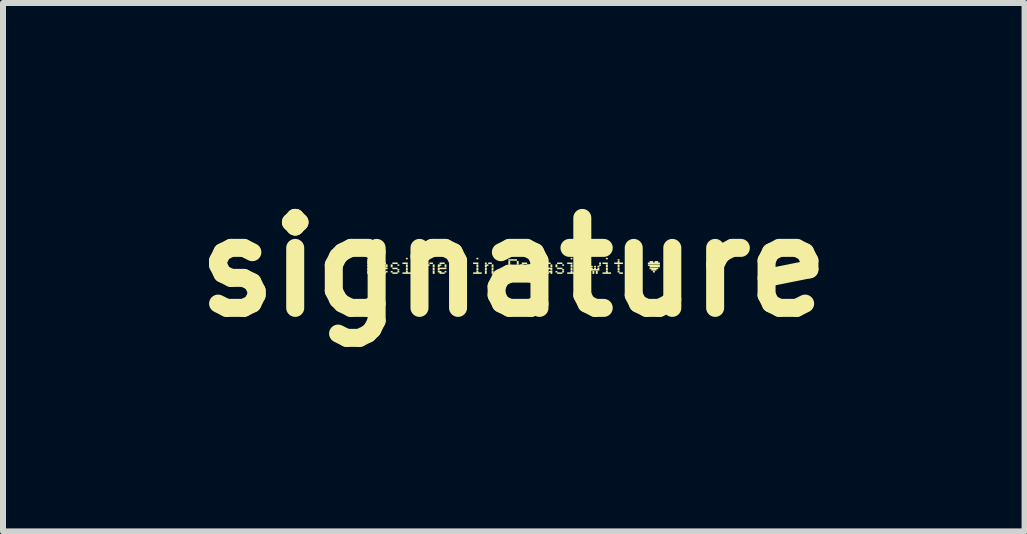
<source format=kicad_pcb>
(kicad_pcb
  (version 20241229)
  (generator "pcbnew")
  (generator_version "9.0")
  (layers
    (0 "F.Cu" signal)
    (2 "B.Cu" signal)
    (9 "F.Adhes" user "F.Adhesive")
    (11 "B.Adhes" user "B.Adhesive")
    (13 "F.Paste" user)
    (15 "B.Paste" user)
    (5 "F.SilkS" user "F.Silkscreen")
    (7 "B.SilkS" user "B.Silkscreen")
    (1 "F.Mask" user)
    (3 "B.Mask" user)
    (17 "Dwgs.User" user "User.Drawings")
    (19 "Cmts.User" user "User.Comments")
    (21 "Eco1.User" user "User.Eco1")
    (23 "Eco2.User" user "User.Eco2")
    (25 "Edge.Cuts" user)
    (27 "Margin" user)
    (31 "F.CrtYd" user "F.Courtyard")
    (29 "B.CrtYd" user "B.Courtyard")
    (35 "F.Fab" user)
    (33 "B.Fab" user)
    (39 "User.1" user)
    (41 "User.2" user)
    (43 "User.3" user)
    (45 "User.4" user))
  (footprint "signature"
    (layer "F.Cu")
    (at 5.514 1.404)
    (property "Reference" "signature" (at 0 0 0) (layer "F.SilkS") (effects (font (size 1.5 1.5) (thickness 0.3))))
    (attr board_only exclude_from_pos_files exclude_from_bom)
    (fp_poly (pts (xy -2.412 -0.077) (xy -2.412 -0.053) (xy -2.428 -0.053) (xy -2.443 -0.053) (xy -2.443 -0.077) (xy -2.443 -0.102) (xy -2.428 -0.102) (xy -2.412 -0.102)) (stroke (width 0) (type solid)) (fill yes) (layer "F.SilkS"))
    (fp_poly (pts (xy -2.412 -0.022) (xy -2.412 0.002) (xy -2.428 0.002) (xy -2.443 0.002) (xy -2.443 -0.022) (xy -2.443 -0.047) (xy -2.428 -0.047) (xy -2.412 -0.047)) (stroke (width 0) (type solid)) (fill yes) (layer "F.SilkS"))
    (fp_poly (pts (xy -2.412 0.032) (xy -2.412 0.057) (xy -2.428 0.057) (xy -2.443 0.057) (xy -2.443 0.032) (xy -2.443 0.008) (xy -2.428 0.008) (xy -2.412 0.008)) (stroke (width 0) (type solid)) (fill yes) (layer "F.SilkS"))
    (fp_poly (pts (xy -2.328 -0.12) (xy -2.328 -0.108) (xy -2.386 -0.108) (xy -2.443 -0.108) (xy -2.443 -0.12) (xy -2.443 -0.133) (xy -2.386 -0.133) (xy -2.328 -0.133)) (stroke (width 0) (type solid)) (fill yes) (layer "F.SilkS"))
    (fp_poly (pts (xy -2.271 -0.022) (xy -2.271 0.002) (xy -2.287 0.002) (xy -2.303 0.002) (xy -2.303 -0.022) (xy -2.303 -0.047) (xy -2.287 -0.047) (xy -2.271 -0.047)) (stroke (width 0) (type solid)) (fill yes) (layer "F.SilkS"))
    (fp_poly (pts (xy -2.271 0.032) (xy -2.271 0.057) (xy -2.287 0.057) (xy -2.303 0.057) (xy -2.303 0.032) (xy -2.303 0.008) (xy -2.287 0.008) (xy -2.271 0.008)) (stroke (width 0) (type solid)) (fill yes) (layer "F.SilkS"))
    (fp_poly (pts (xy -2.131 -0.065) (xy -2.131 -0.053) (xy -2.175 -0.053) (xy -2.219 -0.053) (xy -2.219 -0.065) (xy -2.219 -0.078) (xy -2.175 -0.078) (xy -2.131 -0.078)) (stroke (width 0) (type solid)) (fill yes) (layer "F.SilkS"))
    (fp_poly (pts (xy -2.103 -0.022) (xy -2.103 0.002) (xy -2.119 0.002) (xy -2.135 0.002) (xy -2.135 -0.022) (xy -2.135 -0.047) (xy -2.119 -0.047) (xy -2.103 -0.047)) (stroke (width 0) (type solid)) (fill yes) (layer "F.SilkS"))
    (fp_poly (pts (xy -2.019 -0.022) (xy -2.019 0.002) (xy -2.035 0.002) (xy -2.051 0.002) (xy -2.051 -0.022) (xy -2.051 -0.047) (xy -2.035 -0.047) (xy -2.019 -0.047)) (stroke (width 0) (type solid)) (fill yes) (layer "F.SilkS"))
    (fp_poly (pts (xy -1.935 -0.065) (xy -1.935 -0.053) (xy -1.979 -0.053) (xy -2.023 -0.053) (xy -2.023 -0.065) (xy -2.023 -0.078) (xy -1.979 -0.078) (xy -1.935 -0.078)) (stroke (width 0) (type solid)) (fill yes) (layer "F.SilkS"))
    (fp_poly (pts (xy -1.908 -0.034) (xy -1.908 -0.022) (xy -1.923 -0.022) (xy -1.939 -0.022) (xy -1.939 -0.034) (xy -1.939 -0.047) (xy -1.923 -0.047) (xy -1.908 -0.047)) (stroke (width 0) (type solid)) (fill yes) (layer "F.SilkS"))
    (fp_poly (pts (xy -1.767 -0.144) (xy -1.767 -0.131) (xy -1.783 -0.131) (xy -1.798 -0.131) (xy -1.798 -0.144) (xy -1.798 -0.156) (xy -1.783 -0.156) (xy -1.767 -0.156)) (stroke (width 0) (type solid)) (fill yes) (layer "F.SilkS"))
    (fp_poly (pts (xy -1.767 -0.065) (xy -1.767 -0.053) (xy -1.811 -0.053) (xy -1.855 -0.053) (xy -1.855 -0.065) (xy -1.855 -0.078) (xy -1.811 -0.078) (xy -1.767 -0.078)) (stroke (width 0) (type solid)) (fill yes) (layer "F.SilkS"))
    (fp_poly (pts (xy -1.767 -0.022) (xy -1.767 0.002) (xy -1.783 0.002) (xy -1.798 0.002) (xy -1.798 -0.022) (xy -1.798 -0.047) (xy -1.783 -0.047) (xy -1.767 -0.047)) (stroke (width 0) (type solid)) (fill yes) (layer "F.SilkS"))
    (fp_poly (pts (xy -1.767 0.032) (xy -1.767 0.057) (xy -1.783 0.057) (xy -1.798 0.057) (xy -1.798 0.032) (xy -1.798 0.008) (xy -1.783 0.008) (xy -1.767 0.008)) (stroke (width 0) (type solid)) (fill yes) (layer "F.SilkS"))
    (fp_poly (pts (xy -1.626 0.032) (xy -1.626 0.057) (xy -1.642 0.057) (xy -1.658 0.057) (xy -1.658 0.032) (xy -1.658 0.008) (xy -1.642 0.008) (xy -1.626 0.008)) (stroke (width 0) (type solid)) (fill yes) (layer "F.SilkS"))
    (fp_poly (pts (xy -1.599 0.153) (xy -1.599 0.166) (xy -1.615 0.166) (xy -1.63 0.166) (xy -1.63 0.153) (xy -1.63 0.141) (xy -1.615 0.141) (xy -1.599 0.141)) (stroke (width 0) (type solid)) (fill yes) (layer "F.SilkS"))
    (fp_poly (pts (xy -1.542 0.187) (xy -1.542 0.199) (xy -1.573 0.199) (xy -1.603 0.199) (xy -1.603 0.187) (xy -1.603 0.174) (xy -1.573 0.174) (xy -1.542 0.174)) (stroke (width 0) (type solid)) (fill yes) (layer "F.SilkS"))
    (fp_poly (pts (xy -1.515 -0.065) (xy -1.515 -0.053) (xy -1.573 -0.053) (xy -1.63 -0.053) (xy -1.63 -0.065) (xy -1.63 -0.078) (xy -1.573 -0.078) (xy -1.515 -0.078)) (stroke (width 0) (type solid)) (fill yes) (layer "F.SilkS"))
    (fp_poly (pts (xy -1.515 0.032) (xy -1.515 0.057) (xy -1.531 0.057) (xy -1.546 0.057) (xy -1.546 0.032) (xy -1.546 0.008) (xy -1.531 0.008) (xy -1.515 0.008)) (stroke (width 0) (type solid)) (fill yes) (layer "F.SilkS"))
    (fp_poly (pts (xy -1.515 0.142) (xy -1.515 0.166) (xy -1.531 0.166) (xy -1.546 0.166) (xy -1.546 0.142) (xy -1.546 0.117) (xy -1.531 0.117) (xy -1.515 0.117)) (stroke (width 0) (type solid)) (fill yes) (layer "F.SilkS"))
    (fp_poly (pts (xy -1.431 -0.065) (xy -1.431 -0.053) (xy -1.447 -0.053) (xy -1.462 -0.053) (xy -1.462 -0.065) (xy -1.462 -0.078) (xy -1.447 -0.078) (xy -1.431 -0.078)) (stroke (width 0) (type solid)) (fill yes) (layer "F.SilkS"))
    (fp_poly (pts (xy -1.431 0.032) (xy -1.431 0.057) (xy -1.447 0.057) (xy -1.462 0.057) (xy -1.462 0.032) (xy -1.462 0.008) (xy -1.447 0.008) (xy -1.431 0.008)) (stroke (width 0) (type solid)) (fill yes) (layer "F.SilkS"))
    (fp_poly (pts (xy -1.431 0.087) (xy -1.431 0.111) (xy -1.447 0.111) (xy -1.462 0.111) (xy -1.462 0.087) (xy -1.462 0.063) (xy -1.447 0.063) (xy -1.431 0.063)) (stroke (width 0) (type solid)) (fill yes) (layer "F.SilkS"))
    (fp_poly (pts (xy -1.347 -0.065) (xy -1.347 -0.053) (xy -1.376 -0.053) (xy -1.405 -0.053) (xy -1.405 -0.065) (xy -1.405 -0.078) (xy -1.376 -0.078) (xy -1.347 -0.078)) (stroke (width 0) (type solid)) (fill yes) (layer "F.SilkS"))
    (fp_poly (pts (xy -1.319 -0.022) (xy -1.319 0.002) (xy -1.335 0.002) (xy -1.351 0.002) (xy -1.351 -0.022) (xy -1.351 -0.047) (xy -1.335 -0.047) (xy -1.319 -0.047)) (stroke (width 0) (type solid)) (fill yes) (layer "F.SilkS"))
    (fp_poly (pts (xy -1.319 0.032) (xy -1.319 0.057) (xy -1.335 0.057) (xy -1.351 0.057) (xy -1.351 0.032) (xy -1.351 0.008) (xy -1.335 0.008) (xy -1.319 0.008)) (stroke (width 0) (type solid)) (fill yes) (layer "F.SilkS"))
    (fp_poly (pts (xy -1.319 0.087) (xy -1.319 0.111) (xy -1.335 0.111) (xy -1.351 0.111) (xy -1.351 0.087) (xy -1.351 0.063) (xy -1.335 0.063) (xy -1.319 0.063)) (stroke (width 0) (type solid)) (fill yes) (layer "F.SilkS"))
    (fp_poly (pts (xy -1.151 -0.065) (xy -1.151 -0.053) (xy -1.194 -0.053) (xy -1.237 -0.053) (xy -1.237 -0.065) (xy -1.237 -0.078) (xy -1.194 -0.078) (xy -1.151 -0.078)) (stroke (width 0) (type solid)) (fill yes) (layer "F.SilkS"))
    (fp_poly (pts (xy -1.122 -0.022) (xy -1.122 0.002) (xy -1.138 0.002) (xy -1.153 0.002) (xy -1.153 -0.022) (xy -1.153 -0.047) (xy -1.138 -0.047) (xy -1.122 -0.047)) (stroke (width 0) (type solid)) (fill yes) (layer "F.SilkS"))
    (fp_poly (pts (xy -1.038 0.032) (xy -1.038 0.057) (xy -1.054 0.057) (xy -1.069 0.057) (xy -1.069 0.032) (xy -1.069 0.008) (xy -1.054 0.008) (xy -1.038 0.008)) (stroke (width 0) (type solid)) (fill yes) (layer "F.SilkS"))
    (fp_poly (pts (xy -0.927 -0.132) (xy -0.927 -0.108) (xy -0.942 -0.108) (xy -0.958 -0.108) (xy -0.958 -0.132) (xy -0.958 -0.156) (xy -0.942 -0.156) (xy -0.927 -0.156)) (stroke (width 0) (type solid)) (fill yes) (layer "F.SilkS"))
    (fp_poly (pts (xy -0.927 0.032) (xy -0.927 0.057) (xy -0.942 0.057) (xy -0.958 0.057) (xy -0.958 0.032) (xy -0.958 0.008) (xy -0.942 0.008) (xy -0.927 0.008)) (stroke (width 0) (type solid)) (fill yes) (layer "F.SilkS"))
    (fp_poly (pts (xy -0.59 -0.144) (xy -0.59 -0.131) (xy -0.606 -0.131) (xy -0.622 -0.131) (xy -0.622 -0.144) (xy -0.622 -0.156) (xy -0.606 -0.156) (xy -0.59 -0.156)) (stroke (width 0) (type solid)) (fill yes) (layer "F.SilkS"))
    (fp_poly (pts (xy -0.59 -0.065) (xy -0.59 -0.053) (xy -0.634 -0.053) (xy -0.678 -0.053) (xy -0.678 -0.065) (xy -0.678 -0.078) (xy -0.634 -0.078) (xy -0.59 -0.078)) (stroke (width 0) (type solid)) (fill yes) (layer "F.SilkS"))
    (fp_poly (pts (xy -0.59 -0.022) (xy -0.59 0.002) (xy -0.606 0.002) (xy -0.622 0.002) (xy -0.622 -0.022) (xy -0.622 -0.047) (xy -0.606 -0.047) (xy -0.59 -0.047)) (stroke (width 0) (type solid)) (fill yes) (layer "F.SilkS"))
    (fp_poly (pts (xy -0.59 0.032) (xy -0.59 0.057) (xy -0.606 0.057) (xy -0.622 0.057) (xy -0.622 0.032) (xy -0.622 0.008) (xy -0.606 0.008) (xy -0.59 0.008)) (stroke (width 0) (type solid)) (fill yes) (layer "F.SilkS"))
    (fp_poly (pts (xy -0.45 -0.065) (xy -0.45 -0.053) (xy -0.465 -0.053) (xy -0.481 -0.053) (xy -0.481 -0.065) (xy -0.481 -0.078) (xy -0.465 -0.078) (xy -0.45 -0.078)) (stroke (width 0) (type solid)) (fill yes) (layer "F.SilkS"))
    (fp_poly (pts (xy -0.45 0.032) (xy -0.45 0.057) (xy -0.465 0.057) (xy -0.481 0.057) (xy -0.481 0.032) (xy -0.481 0.008) (xy -0.465 0.008) (xy -0.45 0.008)) (stroke (width 0) (type solid)) (fill yes) (layer "F.SilkS"))
    (fp_poly (pts (xy -0.45 0.087) (xy -0.45 0.111) (xy -0.465 0.111) (xy -0.481 0.111) (xy -0.481 0.087) (xy -0.481 0.063) (xy -0.465 0.063) (xy -0.45 0.063)) (stroke (width 0) (type solid)) (fill yes) (layer "F.SilkS"))
    (fp_poly (pts (xy -0.366 -0.065) (xy -0.366 -0.053) (xy -0.396 -0.053) (xy -0.426 -0.053) (xy -0.426 -0.065) (xy -0.426 -0.078) (xy -0.396 -0.078) (xy -0.366 -0.078)) (stroke (width 0) (type solid)) (fill yes) (layer "F.SilkS"))
    (fp_poly (pts (xy -0.338 -0.022) (xy -0.338 0.002) (xy -0.354 0.002) (xy -0.369 0.002) (xy -0.369 -0.022) (xy -0.369 -0.047) (xy -0.354 -0.047) (xy -0.338 -0.047)) (stroke (width 0) (type solid)) (fill yes) (layer "F.SilkS"))
    (fp_poly (pts (xy -0.338 0.032) (xy -0.338 0.057) (xy -0.354 0.057) (xy -0.369 0.057) (xy -0.369 0.032) (xy -0.369 0.008) (xy -0.354 0.008) (xy -0.338 0.008)) (stroke (width 0) (type solid)) (fill yes) (layer "F.SilkS"))
    (fp_poly (pts (xy -0.338 0.087) (xy -0.338 0.111) (xy -0.354 0.111) (xy -0.369 0.111) (xy -0.369 0.087) (xy -0.369 0.063) (xy -0.354 0.063) (xy -0.338 0.063)) (stroke (width 0) (type solid)) (fill yes) (layer "F.SilkS"))
    (fp_poly (pts (xy -0.059 -0.077) (xy -0.059 -0.053) (xy -0.074 -0.053) (xy -0.09 -0.053) (xy -0.09 -0.077) (xy -0.09 -0.102) (xy -0.074 -0.102) (xy -0.059 -0.102)) (stroke (width 0) (type solid)) (fill yes) (layer "F.SilkS"))
    (fp_poly (pts (xy -0.059 0.032) (xy -0.059 0.057) (xy -0.074 0.057) (xy -0.09 0.057) (xy -0.09 0.032) (xy -0.09 0.008) (xy -0.074 0.008) (xy -0.059 0.008)) (stroke (width 0) (type solid)) (fill yes) (layer "F.SilkS"))
    (fp_poly (pts (xy 0.055 -0.12) (xy 0.055 -0.108) (xy -0.018 -0.108) (xy -0.09 -0.108) (xy -0.09 -0.12) (xy -0.09 -0.133) (xy -0.018 -0.133) (xy 0.055 -0.133)) (stroke (width 0) (type solid)) (fill yes) (layer "F.SilkS"))
    (fp_poly (pts (xy 0.082 -0.077) (xy 0.082 -0.053) (xy 0.066 -0.053) (xy 0.051 -0.053) (xy 0.051 -0.077) (xy 0.051 -0.102) (xy 0.066 -0.102) (xy 0.082 -0.102)) (stroke (width 0) (type solid)) (fill yes) (layer "F.SilkS"))
    (fp_poly (pts (xy 0.082 0.032) (xy 0.082 0.057) (xy 0.066 0.057) (xy 0.051 0.057) (xy 0.051 0.032) (xy 0.051 0.008) (xy 0.066 0.008) (xy 0.082 0.008)) (stroke (width 0) (type solid)) (fill yes) (layer "F.SilkS"))
    (fp_poly (pts (xy 0.223 -0.065) (xy 0.223 -0.053) (xy 0.179 -0.053) (xy 0.135 -0.053) (xy 0.135 -0.065) (xy 0.135 -0.078) (xy 0.179 -0.078) (xy 0.223 -0.078)) (stroke (width 0) (type solid)) (fill yes) (layer "F.SilkS"))
    (fp_poly (pts (xy 0.25 -0.022) (xy 0.25 0.002) (xy 0.235 0.002) (xy 0.219 0.002) (xy 0.219 -0.022) (xy 0.219 -0.047) (xy 0.235 -0.047) (xy 0.25 -0.047)) (stroke (width 0) (type solid)) (fill yes) (layer "F.SilkS"))
    (fp_poly (pts (xy 0.334 -0.132) (xy 0.334 -0.108) (xy 0.319 -0.108) (xy 0.303 -0.108) (xy 0.303 -0.132) (xy 0.303 -0.156) (xy 0.319 -0.156) (xy 0.334 -0.156)) (stroke (width 0) (type solid)) (fill yes) (layer "F.SilkS"))
    (fp_poly (pts (xy 0.334 -0.077) (xy 0.334 -0.053) (xy 0.319 -0.053) (xy 0.303 -0.053) (xy 0.303 -0.077) (xy 0.303 -0.102) (xy 0.319 -0.102) (xy 0.334 -0.102)) (stroke (width 0) (type solid)) (fill yes) (layer "F.SilkS"))
    (fp_poly (pts (xy 0.334 -0.022) (xy 0.334 0.002) (xy 0.319 0.002) (xy 0.303 0.002) (xy 0.303 -0.022) (xy 0.303 -0.047) (xy 0.319 -0.047) (xy 0.334 -0.047)) (stroke (width 0) (type solid)) (fill yes) (layer "F.SilkS"))
    (fp_poly (pts (xy 0.334 0.087) (xy 0.334 0.111) (xy 0.319 0.111) (xy 0.303 0.111) (xy 0.303 0.087) (xy 0.303 0.063) (xy 0.319 0.063) (xy 0.334 0.063)) (stroke (width 0) (type solid)) (fill yes) (layer "F.SilkS"))
    (fp_poly (pts (xy 0.446 -0.065) (xy 0.446 -0.053) (xy 0.43 -0.053) (xy 0.414 -0.053) (xy 0.414 -0.065) (xy 0.414 -0.078) (xy 0.43 -0.078) (xy 0.446 -0.078)) (stroke (width 0) (type solid)) (fill yes) (layer "F.SilkS"))
    (fp_poly (pts (xy 0.53 -0.034) (xy 0.53 -0.022) (xy 0.514 -0.022) (xy 0.498 -0.022) (xy 0.498 -0.034) (xy 0.498 -0.047) (xy 0.514 -0.047) (xy 0.53 -0.047)) (stroke (width 0) (type solid)) (fill yes) (layer "F.SilkS"))
    (fp_poly (pts (xy 0.614 -0.065) (xy 0.614 -0.053) (xy 0.571 -0.053) (xy 0.528 -0.053) (xy 0.528 -0.065) (xy 0.528 -0.078) (xy 0.571 -0.078) (xy 0.614 -0.078)) (stroke (width 0) (type solid)) (fill yes) (layer "F.SilkS"))
    (fp_poly (pts (xy 0.643 -0.022) (xy 0.643 0.002) (xy 0.627 0.002) (xy 0.612 0.002) (xy 0.612 -0.022) (xy 0.612 -0.047) (xy 0.627 -0.047) (xy 0.643 -0.047)) (stroke (width 0) (type solid)) (fill yes) (layer "F.SilkS"))
    (fp_poly (pts (xy 0.727 -0.022) (xy 0.727 0.002) (xy 0.712 0.002) (xy 0.696 0.002) (xy 0.696 -0.022) (xy 0.696 -0.047) (xy 0.712 -0.047) (xy 0.727 -0.047)) (stroke (width 0) (type solid)) (fill yes) (layer "F.SilkS"))
    (fp_poly (pts (xy 0.811 -0.065) (xy 0.811 -0.053) (xy 0.767 -0.053) (xy 0.723 -0.053) (xy 0.723 -0.065) (xy 0.723 -0.078) (xy 0.767 -0.078) (xy 0.811 -0.078)) (stroke (width 0) (type solid)) (fill yes) (layer "F.SilkS"))
    (fp_poly (pts (xy 0.839 -0.034) (xy 0.839 -0.022) (xy 0.823 -0.022) (xy 0.807 -0.022) (xy 0.807 -0.034) (xy 0.807 -0.047) (xy 0.823 -0.047) (xy 0.839 -0.047)) (stroke (width 0) (type solid)) (fill yes) (layer "F.SilkS"))
    (fp_poly (pts (xy 0.979 -0.144) (xy 0.979 -0.131) (xy 0.964 -0.131) (xy 0.948 -0.131) (xy 0.948 -0.144) (xy 0.948 -0.156) (xy 0.964 -0.156) (xy 0.979 -0.156)) (stroke (width 0) (type solid)) (fill yes) (layer "F.SilkS"))
    (fp_poly (pts (xy 0.979 -0.065) (xy 0.979 -0.053) (xy 0.935 -0.053) (xy 0.891 -0.053) (xy 0.891 -0.065) (xy 0.891 -0.078) (xy 0.935 -0.078) (xy 0.979 -0.078)) (stroke (width 0) (type solid)) (fill yes) (layer "F.SilkS"))
    (fp_poly (pts (xy 0.979 -0.022) (xy 0.979 0.002) (xy 0.964 0.002) (xy 0.948 0.002) (xy 0.948 -0.022) (xy 0.948 -0.047) (xy 0.964 -0.047) (xy 0.979 -0.047)) (stroke (width 0) (type solid)) (fill yes) (layer "F.SilkS"))
    (fp_poly (pts (xy 0.979 0.032) (xy 0.979 0.057) (xy 0.964 0.057) (xy 0.948 0.057) (xy 0.948 0.032) (xy 0.948 0.008) (xy 0.964 0.008) (xy 0.979 0.008)) (stroke (width 0) (type solid)) (fill yes) (layer "F.SilkS"))
    (fp_poly (pts (xy 1.286 -0.065) (xy 1.286 -0.053) (xy 1.271 -0.053) (xy 1.255 -0.053) (xy 1.255 -0.065) (xy 1.255 -0.078) (xy 1.271 -0.078) (xy 1.286 -0.078)) (stroke (width 0) (type solid)) (fill yes) (layer "F.SilkS"))
    (fp_poly (pts (xy 1.343 0.087) (xy 1.343 0.111) (xy 1.327 0.111) (xy 1.312 0.111) (xy 1.312 0.087) (xy 1.312 0.063) (xy 1.327 0.063) (xy 1.343 0.063)) (stroke (width 0) (type solid)) (fill yes) (layer "F.SilkS"))
    (fp_poly (pts (xy 1.37 -0.011) (xy 1.37 0.002) (xy 1.355 0.002) (xy 1.339 0.002) (xy 1.339 -0.011) (xy 1.339 -0.023) (xy 1.355 -0.023) (xy 1.37 -0.023)) (stroke (width 0) (type solid)) (fill yes) (layer "F.SilkS"))
    (fp_poly (pts (xy 1.4 0.087) (xy 1.4 0.111) (xy 1.384 0.111) (xy 1.368 0.111) (xy 1.368 0.087) (xy 1.368 0.063) (xy 1.384 0.063) (xy 1.4 0.063)) (stroke (width 0) (type solid)) (fill yes) (layer "F.SilkS"))
    (fp_poly (pts (xy 1.454 -0.065) (xy 1.454 -0.053) (xy 1.439 -0.053) (xy 1.423 -0.053) (xy 1.423 -0.065) (xy 1.423 -0.078) (xy 1.439 -0.078) (xy 1.454 -0.078)) (stroke (width 0) (type solid)) (fill yes) (layer "F.SilkS"))
    (fp_poly (pts (xy 1.568 -0.144) (xy 1.568 -0.131) (xy 1.552 -0.131) (xy 1.536 -0.131) (xy 1.536 -0.144) (xy 1.536 -0.156) (xy 1.552 -0.156) (xy 1.568 -0.156)) (stroke (width 0) (type solid)) (fill yes) (layer "F.SilkS"))
    (fp_poly (pts (xy 1.568 -0.065) (xy 1.568 -0.053) (xy 1.524 -0.053) (xy 1.48 -0.053) (xy 1.48 -0.065) (xy 1.48 -0.078) (xy 1.524 -0.078) (xy 1.568 -0.078)) (stroke (width 0) (type solid)) (fill yes) (layer "F.SilkS"))
    (fp_poly (pts (xy 1.568 -0.022) (xy 1.568 0.002) (xy 1.552 0.002) (xy 1.536 0.002) (xy 1.536 -0.022) (xy 1.536 -0.047) (xy 1.552 -0.047) (xy 1.568 -0.047)) (stroke (width 0) (type solid)) (fill yes) (layer "F.SilkS"))
    (fp_poly (pts (xy 1.568 0.032) (xy 1.568 0.057) (xy 1.552 0.057) (xy 1.536 0.057) (xy 1.536 0.032) (xy 1.536 0.008) (xy 1.552 0.008) (xy 1.568 0.008)) (stroke (width 0) (type solid)) (fill yes) (layer "F.SilkS"))
    (fp_poly (pts (xy 1.763 -0.12) (xy 1.763 -0.108) (xy 1.748 -0.108) (xy 1.732 -0.108) (xy 1.732 -0.12) (xy 1.732 -0.133) (xy 1.748 -0.133) (xy 1.763 -0.133)) (stroke (width 0) (type solid)) (fill yes) (layer "F.SilkS"))
    (fp_poly (pts (xy 1.763 -0.022) (xy 1.763 0.002) (xy 1.748 0.002) (xy 1.732 0.002) (xy 1.732 -0.022) (xy 1.732 -0.047) (xy 1.748 -0.047) (xy 1.763 -0.047)) (stroke (width 0) (type solid)) (fill yes) (layer "F.SilkS"))
    (fp_poly (pts (xy 1.763 0.032) (xy 1.763 0.057) (xy 1.748 0.057) (xy 1.732 0.057) (xy 1.732 0.032) (xy 1.732 0.008) (xy 1.748 0.008) (xy 1.763 0.008)) (stroke (width 0) (type solid)) (fill yes) (layer "F.SilkS"))
    (fp_poly (pts (xy 1.904 -0.132) (xy 1.904 -0.108) (xy 1.888 -0.108) (xy 1.873 -0.108) (xy 1.873 -0.132) (xy 1.873 -0.156) (xy 1.888 -0.156) (xy 1.904 -0.156)) (stroke (width 0) (type solid)) (fill yes) (layer "F.SilkS"))
    (fp_poly (pts (xy 1.904 -0.077) (xy 1.904 -0.053) (xy 1.888 -0.053) (xy 1.873 -0.053) (xy 1.873 -0.077) (xy 1.873 -0.102) (xy 1.888 -0.102) (xy 1.904 -0.102)) (stroke (width 0) (type solid)) (fill yes) (layer "F.SilkS"))
    (fp_poly (pts (xy 1.904 0.032) (xy 1.904 0.057) (xy 1.888 0.057) (xy 1.873 0.057) (xy 1.873 0.032) (xy 1.873 0.008) (xy 1.888 0.008) (xy 1.904 0.008)) (stroke (width 0) (type solid)) (fill yes) (layer "F.SilkS"))
    (fp_poly (pts (xy 1.904 0.087) (xy 1.904 0.111) (xy 1.888 0.111) (xy 1.873 0.111) (xy 1.873 0.087) (xy 1.873 0.063) (xy 1.888 0.063) (xy 1.904 0.063)) (stroke (width 0) (type solid)) (fill yes) (layer "F.SilkS"))
    (fp_poly (pts (xy 1.988 -0.065) (xy 1.988 -0.053) (xy 1.958 -0.053) (xy 1.927 -0.053) (xy 1.927 -0.065) (xy 1.927 -0.078) (xy 1.958 -0.078) (xy 1.988 -0.078)) (stroke (width 0) (type solid)) (fill yes) (layer "F.SilkS"))
    (fp_poly (pts (xy 2.015 -0.022) (xy 2.015 0.002) (xy 2 0.002) (xy 1.984 0.002) (xy 1.984 -0.022) (xy 1.984 -0.047) (xy 2 -0.047) (xy 2.015 -0.047)) (stroke (width 0) (type solid)) (fill yes) (layer "F.SilkS"))
    (fp_poly (pts (xy 2.015 0.032) (xy 2.015 0.057) (xy 2 0.057) (xy 1.984 0.057) (xy 1.984 0.032) (xy 1.984 0.008) (xy 2 0.008) (xy 2.015 0.008)) (stroke (width 0) (type solid)) (fill yes) (layer "F.SilkS"))
    (fp_poly (pts (xy 2.015 0.087) (xy 2.015 0.111) (xy 2 0.111) (xy 1.984 0.111) (xy 1.984 0.087) (xy 1.984 0.063) (xy 2 0.063) (xy 2.015 0.063)) (stroke (width 0) (type solid)) (fill yes) (layer "F.SilkS"))
    (fp_poly (pts (xy 2.352 0.075) (xy 2.352 0.088) (xy 2.336 0.088) (xy 2.32 0.088) (xy 2.32 0.075) (xy 2.32 0.063) (xy 2.336 0.063) (xy 2.352 0.063)) (stroke (width 0) (type solid)) (fill yes) (layer "F.SilkS"))
    (fp_poly (pts (xy -2.187 -0.034) (xy -2.187 -0.022) (xy -2.201 -0.022) (xy -2.215 -0.022) (xy -2.215 -0.01) (xy -2.215 0.002) (xy -2.23 0.002) (xy -2.246 0.002) (xy -2.246 -0.022) (xy -2.246 -0.047) (xy -2.217 -0.047) (xy -2.187 -0.047)) (stroke (width 0) (type solid)) (fill yes) (layer "F.SilkS"))
    (fp_poly (pts (xy -2.103 0.021) (xy -2.103 0.033) (xy -2.159 0.033) (xy -2.215 0.033) (xy -2.215 0.045) (xy -2.215 0.057) (xy -2.23 0.057) (xy -2.246 0.057) (xy -2.246 0.032) (xy -2.246 0.008) (xy -2.175 0.008) (xy -2.103 0.008)) (stroke (width 0) (type solid)) (fill yes) (layer "F.SilkS"))
    (fp_poly (pts (xy -1.599 -0.034) (xy -1.599 -0.022) (xy -1.613 -0.022) (xy -1.626 -0.022) (xy -1.626 -0.01) (xy -1.626 0.002) (xy -1.642 0.002) (xy -1.658 0.002) (xy -1.658 -0.022) (xy -1.658 -0.047) (xy -1.628 -0.047) (xy -1.599 -0.047)) (stroke (width 0) (type solid)) (fill yes) (layer "F.SilkS"))
    (fp_poly (pts (xy -1.515 -0.022) (xy -1.515 0.002) (xy -1.531 0.002) (xy -1.546 0.002) (xy -1.546 -0.01) (xy -1.546 -0.022) (xy -1.56 -0.022) (xy -1.574 -0.022) (xy -1.574 -0.034) (xy -1.574 -0.047) (xy -1.544 -0.047) (xy -1.515 -0.047)) (stroke (width 0) (type solid)) (fill yes) (layer "F.SilkS"))
    (fp_poly (pts (xy -1.404 -0.034) (xy -1.404 -0.022) (xy -1.417 -0.022) (xy -1.431 -0.022) (xy -1.431 -0.01) (xy -1.431 0.002) (xy -1.447 0.002) (xy -1.462 0.002) (xy -1.462 -0.022) (xy -1.462 -0.047) (xy -1.433 -0.047) (xy -1.404 -0.047)) (stroke (width 0) (type solid)) (fill yes) (layer "F.SilkS"))
    (fp_poly (pts (xy -1.206 -0.034) (xy -1.206 -0.022) (xy -1.221 -0.022) (xy -1.235 -0.022) (xy -1.235 -0.01) (xy -1.235 0.002) (xy -1.251 0.002) (xy -1.267 0.002) (xy -1.267 -0.022) (xy -1.267 -0.047) (xy -1.236 -0.047) (xy -1.206 -0.047)) (stroke (width 0) (type solid)) (fill yes) (layer "F.SilkS"))
    (fp_poly (pts (xy -1.122 0.021) (xy -1.122 0.033) (xy -1.179 0.033) (xy -1.235 0.033) (xy -1.235 0.045) (xy -1.235 0.057) (xy -1.251 0.057) (xy -1.267 0.057) (xy -1.267 0.032) (xy -1.267 0.008) (xy -1.194 0.008) (xy -1.122 0.008)) (stroke (width 0) (type solid)) (fill yes) (layer "F.SilkS"))
    (fp_poly (pts (xy -1.011 -0.034) (xy -1.011 -0.022) (xy -1.024 -0.022) (xy -1.038 -0.022) (xy -1.038 -0.01) (xy -1.038 0.002) (xy -1.054 0.002) (xy -1.069 0.002) (xy -1.069 -0.022) (xy -1.069 -0.047) (xy -1.04 -0.047) (xy -1.011 -0.047)) (stroke (width 0) (type solid)) (fill yes) (layer "F.SilkS"))
    (fp_poly (pts (xy -0.927 -0.077) (xy -0.927 -0.053) (xy -0.984 -0.053) (xy -1.042 -0.053) (xy -1.042 -0.065) (xy -1.042 -0.078) (xy -1 -0.078) (xy -0.958 -0.078) (xy -0.958 -0.09) (xy -0.958 -0.102) (xy -0.942 -0.102) (xy -0.927 -0.102)) (stroke (width 0) (type solid)) (fill yes) (layer "F.SilkS"))
    (fp_poly (pts (xy -0.927 -0.022) (xy -0.927 0.002) (xy -0.942 0.002) (xy -0.958 0.002) (xy -0.958 -0.01) (xy -0.958 -0.022) (xy -0.972 -0.022) (xy -0.985 -0.022) (xy -0.985 -0.034) (xy -0.985 -0.047) (xy -0.956 -0.047) (xy -0.927 -0.047)) (stroke (width 0) (type solid)) (fill yes) (layer "F.SilkS"))
    (fp_poly (pts (xy -0.422 -0.034) (xy -0.422 -0.022) (xy -0.436 -0.022) (xy -0.45 -0.022) (xy -0.45 -0.01) (xy -0.45 0.002) (xy -0.465 0.002) (xy -0.481 0.002) (xy -0.481 -0.022) (xy -0.481 -0.047) (xy -0.452 -0.047) (xy -0.422 -0.047)) (stroke (width 0) (type solid)) (fill yes) (layer "F.SilkS"))
    (fp_poly (pts (xy 0.166 -0.034) (xy 0.166 -0.022) (xy 0.152 -0.022) (xy 0.139 -0.022) (xy 0.139 -0.01) (xy 0.139 0.002) (xy 0.123 0.002) (xy 0.108 0.002) (xy 0.108 -0.022) (xy 0.108 -0.047) (xy 0.137 -0.047) (xy 0.166 -0.047)) (stroke (width 0) (type solid)) (fill yes) (layer "F.SilkS"))
    (fp_poly (pts (xy 0.25 0.021) (xy 0.25 0.033) (xy 0.194 0.033) (xy 0.139 0.033) (xy 0.139 0.045) (xy 0.139 0.057) (xy 0.123 0.057) (xy 0.108 0.057) (xy 0.108 0.032) (xy 0.108 0.008) (xy 0.179 0.008) (xy 0.25 0.008)) (stroke (width 0) (type solid)) (fill yes) (layer "F.SilkS"))
    (fp_poly (pts (xy 1.931 -0.034) (xy 1.931 -0.022) (xy 1.918 -0.022) (xy 1.904 -0.022) (xy 1.904 -0.01) (xy 1.904 0.002) (xy 1.888 0.002) (xy 1.873 0.002) (xy 1.873 -0.022) (xy 1.873 -0.047) (xy 1.902 -0.047) (xy 1.931 -0.047)) (stroke (width 0) (type solid)) (fill yes) (layer "F.SilkS"))
    (fp_poly (pts (xy 2.436 -0.022) (xy 2.436 0.002) (xy 2.35 0.002) (xy 2.264 0.002) (xy 2.264 -0.01) (xy 2.264 -0.022) (xy 2.25 -0.022) (xy 2.236 -0.022) (xy 2.236 -0.034) (xy 2.236 -0.047) (xy 2.336 -0.047) (xy 2.436 -0.047)) (stroke (width 0) (type solid)) (fill yes) (layer "F.SilkS"))
    (fp_poly (pts (xy -2.299 -0.09) (xy -2.299 -0.078) (xy -2.285 -0.078) (xy -2.271 -0.078) (xy -2.271 -0.065) (xy -2.271 -0.053) (xy -2.287 -0.053) (xy -2.303 -0.053) (xy -2.303 -0.065) (xy -2.303 -0.076) (xy -2.316 -0.076) (xy -2.33 -0.076) (xy -2.33 -0.089) (xy -2.33 -0.102) (xy -2.314 -0.102) (xy -2.299 -0.102)) (stroke (width 0) (type solid)) (fill yes) (layer "F.SilkS"))
    (fp_poly (pts (xy -1.935 0.02) (xy -1.935 0.031) (xy -1.922 0.031) (xy -1.908 0.031) (xy -1.908 0.044) (xy -1.908 0.057) (xy -1.923 0.057) (xy -1.939 0.057) (xy -1.939 0.045) (xy -1.939 0.033) (xy -1.981 0.033) (xy -2.023 0.033) (xy -2.023 0.021) (xy -2.023 0.008) (xy -1.979 0.008) (xy -1.935 0.008)) (stroke (width 0) (type solid)) (fill yes) (layer "F.SilkS"))
    (fp_poly (pts (xy -1.767 0.074) (xy -1.767 0.086) (xy -1.739 0.086) (xy -1.71 0.086) (xy -1.71 0.099) (xy -1.71 0.111) (xy -1.783 0.111) (xy -1.855 0.111) (xy -1.855 0.099) (xy -1.855 0.086) (xy -1.827 0.086) (xy -1.798 0.086) (xy -1.798 0.074) (xy -1.798 0.063) (xy -1.783 0.063) (xy -1.767 0.063)) (stroke (width 0) (type solid)) (fill yes) (layer "F.SilkS"))
    (fp_poly (pts (xy -0.59 0.074) (xy -0.59 0.086) (xy -0.562 0.086) (xy -0.534 0.086) (xy -0.534 0.099) (xy -0.534 0.111) (xy -0.606 0.111) (xy -0.678 0.111) (xy -0.678 0.099) (xy -0.678 0.086) (xy -0.65 0.086) (xy -0.622 0.086) (xy -0.622 0.074) (xy -0.622 0.063) (xy -0.606 0.063) (xy -0.59 0.063)) (stroke (width 0) (type solid)) (fill yes) (layer "F.SilkS"))
    (fp_poly (pts (xy 0.391 0.032) (xy 0.391 0.057) (xy 0.375 0.057) (xy 0.36 0.057) (xy 0.36 0.045) (xy 0.36 0.033) (xy 0.347 0.033) (xy 0.334 0.033) (xy 0.334 0.045) (xy 0.334 0.057) (xy 0.319 0.057) (xy 0.303 0.057) (xy 0.303 0.032) (xy 0.303 0.008) (xy 0.347 0.008) (xy 0.391 0.008)) (stroke (width 0) (type solid)) (fill yes) (layer "F.SilkS"))
    (fp_poly (pts (xy 0.418 -0.034) (xy 0.418 -0.022) (xy 0.405 -0.022) (xy 0.391 -0.022) (xy 0.391 -0.01) (xy 0.391 0.002) (xy 0.375 0.002) (xy 0.36 0.002) (xy 0.36 -0.011) (xy 0.36 -0.023) (xy 0.373 -0.023) (xy 0.387 -0.023) (xy 0.387 -0.035) (xy 0.387 -0.047) (xy 0.403 -0.047) (xy 0.418 -0.047)) (stroke (width 0) (type solid)) (fill yes) (layer "F.SilkS"))
    (fp_poly (pts (xy 0.418 0.074) (xy 0.418 0.086) (xy 0.432 0.086) (xy 0.446 0.086) (xy 0.446 0.099) (xy 0.446 0.111) (xy 0.43 0.111) (xy 0.414 0.111) (xy 0.414 0.1) (xy 0.414 0.088) (xy 0.401 0.088) (xy 0.387 0.088) (xy 0.387 0.075) (xy 0.387 0.063) (xy 0.403 0.063) (xy 0.418 0.063)) (stroke (width 0) (type solid)) (fill yes) (layer "F.SilkS"))
    (fp_poly (pts (xy 0.811 0.02) (xy 0.811 0.031) (xy 0.825 0.031) (xy 0.839 0.031) (xy 0.839 0.044) (xy 0.839 0.057) (xy 0.823 0.057) (xy 0.807 0.057) (xy 0.807 0.045) (xy 0.807 0.033) (xy 0.765 0.033) (xy 0.723 0.033) (xy 0.723 0.021) (xy 0.723 0.008) (xy 0.767 0.008) (xy 0.811 0.008)) (stroke (width 0) (type solid)) (fill yes) (layer "F.SilkS"))
    (fp_poly (pts (xy 0.979 0.074) (xy 0.979 0.086) (xy 1.007 0.086) (xy 1.034 0.086) (xy 1.034 0.099) (xy 1.034 0.111) (xy 0.963 0.111) (xy 0.891 0.111) (xy 0.891 0.099) (xy 0.891 0.086) (xy 0.92 0.086) (xy 0.948 0.086) (xy 0.948 0.074) (xy 0.948 0.063) (xy 0.964 0.063) (xy 0.979 0.063)) (stroke (width 0) (type solid)) (fill yes) (layer "F.SilkS"))
    (fp_poly (pts (xy 1.286 -0.035) (xy 1.286 -0.023) (xy 1.301 -0.023) (xy 1.316 -0.023) (xy 1.316 -0.011) (xy 1.316 0.002) (xy 1.3 0.002) (xy 1.284 0.002) (xy 1.284 -0.01) (xy 1.284 -0.022) (xy 1.27 -0.022) (xy 1.255 -0.022) (xy 1.255 -0.034) (xy 1.255 -0.047) (xy 1.271 -0.047) (xy 1.286 -0.047)) (stroke (width 0) (type solid)) (fill yes) (layer "F.SilkS"))
    (fp_poly (pts (xy 1.454 -0.034) (xy 1.454 -0.022) (xy 1.441 -0.022) (xy 1.427 -0.022) (xy 1.427 -0.01) (xy 1.427 0.002) (xy 1.411 0.002) (xy 1.396 0.002) (xy 1.396 -0.011) (xy 1.396 -0.023) (xy 1.409 -0.023) (xy 1.423 -0.023) (xy 1.423 -0.035) (xy 1.423 -0.047) (xy 1.439 -0.047) (xy 1.454 -0.047)) (stroke (width 0) (type solid)) (fill yes) (layer "F.SilkS"))
    (fp_poly (pts (xy 1.568 0.074) (xy 1.568 0.086) (xy 1.595 0.086) (xy 1.622 0.086) (xy 1.622 0.099) (xy 1.622 0.111) (xy 1.551 0.111) (xy 1.48 0.111) (xy 1.48 0.099) (xy 1.48 0.086) (xy 1.508 0.086) (xy 1.536 0.086) (xy 1.536 0.074) (xy 1.536 0.063) (xy 1.552 0.063) (xy 1.568 0.063)) (stroke (width 0) (type solid)) (fill yes) (layer "F.SilkS"))
    (fp_poly (pts (xy 1.763 -0.09) (xy 1.763 -0.078) (xy 1.792 -0.078) (xy 1.82 -0.078) (xy 1.82 -0.065) (xy 1.82 -0.053) (xy 1.748 -0.053) (xy 1.675 -0.053) (xy 1.675 -0.065) (xy 1.675 -0.078) (xy 1.704 -0.078) (xy 1.732 -0.078) (xy 1.732 -0.09) (xy 1.732 -0.102) (xy 1.748 -0.102) (xy 1.763 -0.102)) (stroke (width 0) (type solid)) (fill yes) (layer "F.SilkS"))
    (fp_poly (pts (xy 1.763 0.074) (xy 1.763 0.086) (xy 1.792 0.086) (xy 1.82 0.086) (xy 1.82 0.099) (xy 1.82 0.111) (xy 1.79 0.111) (xy 1.759 0.111) (xy 1.759 0.1) (xy 1.759 0.088) (xy 1.746 0.088) (xy 1.732 0.088) (xy 1.732 0.075) (xy 1.732 0.063) (xy 1.748 0.063) (xy 1.763 0.063)) (stroke (width 0) (type solid)) (fill yes) (layer "F.SilkS"))
    (fp_poly (pts (xy 2.408 0.021) (xy 2.408 0.033) (xy 2.394 0.033) (xy 2.379 0.033) (xy 2.379 0.045) (xy 2.379 0.057) (xy 2.336 0.057) (xy 2.293 0.057) (xy 2.293 0.045) (xy 2.293 0.033) (xy 2.278 0.033) (xy 2.264 0.033) (xy 2.264 0.021) (xy 2.264 0.008) (xy 2.336 0.008) (xy 2.408 0.008)) (stroke (width 0) (type solid)) (fill yes) (layer "F.SilkS"))
    (fp_poly (pts (xy -2.412 0.074) (xy -2.412 0.086) (xy -2.371 0.086) (xy -2.33 0.086) (xy -2.33 0.074) (xy -2.33 0.063) (xy -2.314 0.063) (xy -2.299 0.063) (xy -2.299 0.075) (xy -2.299 0.088) (xy -2.313 0.088) (xy -2.328 0.088) (xy -2.328 0.1) (xy -2.328 0.111) (xy -2.386 0.111) (xy -2.443 0.111) (xy -2.443 0.087) (xy -2.443 0.063) (xy -2.428 0.063) (xy -2.412 0.063)) (stroke (width 0) (type solid)) (fill yes) (layer "F.SilkS"))
    (fp_poly (pts (xy -1.011 0.074) (xy -1.011 0.086) (xy -0.998 0.086) (xy -0.985 0.086) (xy -0.985 0.074) (xy -0.985 0.063) (xy -0.956 0.063) (xy -0.927 0.063) (xy -0.927 0.087) (xy -0.927 0.111) (xy -0.984 0.111) (xy -1.042 0.111) (xy -1.042 0.1) (xy -1.042 0.088) (xy -1.056 0.088) (xy -1.069 0.088) (xy -1.069 0.075) (xy -1.069 0.063) (xy -1.04 0.063) (xy -1.011 0.063)) (stroke (width 0) (type solid)) (fill yes) (layer "F.SilkS"))
    (fp_poly (pts (xy -0.059 -0.035) (xy -0.059 -0.023) (xy -0.004 -0.023) (xy 0.051 -0.023) (xy 0.051 -0.035) (xy 0.051 -0.047) (xy 0.066 -0.047) (xy 0.082 -0.047) (xy 0.082 -0.034) (xy 0.082 -0.022) (xy 0.068 -0.022) (xy 0.055 -0.022) (xy 0.055 -0.01) (xy 0.055 0.002) (xy -0.018 0.002) (xy -0.09 0.002) (xy -0.09 -0.022) (xy -0.09 -0.047) (xy -0.074 -0.047) (xy -0.059 -0.047)) (stroke (width 0) (type solid)) (fill yes) (layer "F.SilkS"))
    (fp_poly (pts (xy -0.059 0.074) (xy -0.059 0.086) (xy -0.004 0.086) (xy 0.051 0.086) (xy 0.051 0.074) (xy 0.051 0.063) (xy 0.066 0.063) (xy 0.082 0.063) (xy 0.082 0.075) (xy 0.082 0.088) (xy 0.068 0.088) (xy 0.055 0.088) (xy 0.055 0.1) (xy 0.055 0.111) (xy -0.018 0.111) (xy -0.09 0.111) (xy -0.09 0.087) (xy -0.09 0.063) (xy -0.074 0.063) (xy -0.059 0.063)) (stroke (width 0) (type solid)) (fill yes) (layer "F.SilkS"))
    (fp_poly (pts (xy 0.643 0.032) (xy 0.643 0.057) (xy 0.627 0.057) (xy 0.612 0.057) (xy 0.612 0.045) (xy 0.612 0.033) (xy 0.571 0.033) (xy 0.53 0.033) (xy 0.53 0.045) (xy 0.53 0.057) (xy 0.514 0.057) (xy 0.498 0.057) (xy 0.498 0.044) (xy 0.498 0.031) (xy 0.513 0.031) (xy 0.528 0.031) (xy 0.528 0.02) (xy 0.528 0.008) (xy 0.585 0.008) (xy 0.643 0.008)) (stroke (width 0) (type solid)) (fill yes) (layer "F.SilkS"))
    (fp_poly (pts (xy -2.187 0.074) (xy -2.187 0.086) (xy -2.161 0.086) (xy -2.135 0.086) (xy -2.135 0.074) (xy -2.135 0.063) (xy -2.119 0.063) (xy -2.103 0.063) (xy -2.103 0.075) (xy -2.103 0.088) (xy -2.117 0.088) (xy -2.131 0.088) (xy -2.131 0.1) (xy -2.131 0.111) (xy -2.175 0.111) (xy -2.219 0.111) (xy -2.219 0.1) (xy -2.219 0.088) (xy -2.232 0.088) (xy -2.246 0.088) (xy -2.246 0.075) (xy -2.246 0.063) (xy -2.217 0.063) (xy -2.187 0.063)) (stroke (width 0) (type solid)) (fill yes) (layer "F.SilkS"))
    (fp_poly (pts (xy -2.019 0.074) (xy -2.019 0.086) (xy -1.979 0.086) (xy -1.939 0.086) (xy -1.939 0.074) (xy -1.939 0.063) (xy -1.923 0.063) (xy -1.908 0.063) (xy -1.908 0.075) (xy -1.908 0.088) (xy -1.922 0.088) (xy -1.935 0.088) (xy -1.935 0.1) (xy -1.935 0.111) (xy -1.979 0.111) (xy -2.023 0.111) (xy -2.023 0.1) (xy -2.023 0.088) (xy -2.037 0.088) (xy -2.051 0.088) (xy -2.051 0.075) (xy -2.051 0.063) (xy -2.035 0.063) (xy -2.019 0.063)) (stroke (width 0) (type solid)) (fill yes) (layer "F.SilkS"))
    (fp_poly (pts (xy -1.206 0.074) (xy -1.206 0.086) (xy -1.18 0.086) (xy -1.153 0.086) (xy -1.153 0.074) (xy -1.153 0.063) (xy -1.138 0.063) (xy -1.122 0.063) (xy -1.122 0.075) (xy -1.122 0.088) (xy -1.137 0.088) (xy -1.151 0.088) (xy -1.151 0.1) (xy -1.151 0.111) (xy -1.194 0.111) (xy -1.237 0.111) (xy -1.237 0.1) (xy -1.237 0.088) (xy -1.252 0.088) (xy -1.267 0.088) (xy -1.267 0.075) (xy -1.267 0.063) (xy -1.236 0.063) (xy -1.206 0.063)) (stroke (width 0) (type solid)) (fill yes) (layer "F.SilkS"))
    (fp_poly (pts (xy 0.166 0.074) (xy 0.166 0.086) (xy 0.193 0.086) (xy 0.219 0.086) (xy 0.219 0.074) (xy 0.219 0.063) (xy 0.235 0.063) (xy 0.25 0.063) (xy 0.25 0.075) (xy 0.25 0.088) (xy 0.237 0.088) (xy 0.223 0.088) (xy 0.223 0.1) (xy 0.223 0.111) (xy 0.179 0.111) (xy 0.135 0.111) (xy 0.135 0.1) (xy 0.135 0.088) (xy 0.121 0.088) (xy 0.108 0.088) (xy 0.108 0.075) (xy 0.108 0.063) (xy 0.137 0.063) (xy 0.166 0.063)) (stroke (width 0) (type solid)) (fill yes) (layer "F.SilkS"))
    (fp_poly (pts (xy 0.727 0.074) (xy 0.727 0.086) (xy 0.767 0.086) (xy 0.807 0.086) (xy 0.807 0.074) (xy 0.807 0.063) (xy 0.823 0.063) (xy 0.839 0.063) (xy 0.839 0.075) (xy 0.839 0.088) (xy 0.825 0.088) (xy 0.811 0.088) (xy 0.811 0.1) (xy 0.811 0.111) (xy 0.767 0.111) (xy 0.723 0.111) (xy 0.723 0.1) (xy 0.723 0.088) (xy 0.71 0.088) (xy 0.696 0.088) (xy 0.696 0.075) (xy 0.696 0.063) (xy 0.712 0.063) (xy 0.727 0.063)) (stroke (width 0) (type solid)) (fill yes) (layer "F.SilkS"))
    (fp_poly (pts (xy 1.316 0.02) (xy 1.316 0.031) (xy 1.327 0.031) (xy 1.339 0.031) (xy 1.339 0.02) (xy 1.339 0.008) (xy 1.355 0.008) (xy 1.37 0.008) (xy 1.37 0.02) (xy 1.37 0.031) (xy 1.383 0.031) (xy 1.396 0.031) (xy 1.396 0.02) (xy 1.396 0.008) (xy 1.411 0.008) (xy 1.427 0.008) (xy 1.427 0.032) (xy 1.427 0.057) (xy 1.356 0.057) (xy 1.284 0.057) (xy 1.284 0.032) (xy 1.284 0.008) (xy 1.3 0.008) (xy 1.316 0.008)) (stroke (width 0) (type solid)) (fill yes) (layer "F.SilkS"))
    (fp_poly (pts (xy 2.324 -0.09) (xy 2.324 -0.078) (xy 2.336 -0.078) (xy 2.348 -0.078) (xy 2.348 -0.09) (xy 2.348 -0.102) (xy 2.378 -0.102) (xy 2.408 -0.102) (xy 2.408 -0.09) (xy 2.408 -0.078) (xy 2.422 -0.078) (xy 2.436 -0.078) (xy 2.436 -0.065) (xy 2.436 -0.053) (xy 2.336 -0.053) (xy 2.236 -0.053) (xy 2.236 -0.065) (xy 2.236 -0.078) (xy 2.25 -0.078) (xy 2.264 -0.078) (xy 2.264 -0.09) (xy 2.264 -0.102) (xy 2.294 -0.102) (xy 2.324 -0.102)) (stroke (width 0) (type solid)) (fill yes) (layer "F.SilkS"))
    (fp_poly (pts (xy -1.599 0.074) (xy -1.599 0.086) (xy -1.586 0.086) (xy -1.574 0.086) (xy -1.574 0.074) (xy -1.574 0.063) (xy -1.544 0.063) (xy -1.515 0.063) (xy -1.515 0.087) (xy -1.515 0.111) (xy -1.531 0.111) (xy -1.546 0.111) (xy -1.546 0.1) (xy -1.546 0.088) (xy -1.559 0.088) (xy -1.572 0.088) (xy -1.572 0.1) (xy -1.572 0.111) (xy -1.601 0.111) (xy -1.63 0.111) (xy -1.63 0.1) (xy -1.63 0.088) (xy -1.644 0.088) (xy -1.658 0.088) (xy -1.658 0.075) (xy -1.658 0.063) (xy -1.628 0.063) (xy -1.599 0.063)) (stroke (width 0) (type solid)) (fill yes) (layer "F.SilkS"))
    (fp_poly (pts (xy 0.53 0.074) (xy 0.53 0.086) (xy 0.556 0.086) (xy 0.583 0.086) (xy 0.583 0.074) (xy 0.583 0.063) (xy 0.613 0.063) (xy 0.643 0.063) (xy 0.643 0.087) (xy 0.643 0.111) (xy 0.627 0.111) (xy 0.612 0.111) (xy 0.612 0.1) (xy 0.612 0.088) (xy 0.599 0.088) (xy 0.586 0.088) (xy 0.586 0.1) (xy 0.586 0.111) (xy 0.557 0.111) (xy 0.528 0.111) (xy 0.528 0.1) (xy 0.528 0.088) (xy 0.513 0.088) (xy 0.498 0.088) (xy 0.498 0.075) (xy 0.498 0.063) (xy 0.514 0.063) (xy 0.53 0.063)) (stroke (width 0) (type solid)) (fill yes) (layer "F.SilkS")))
  (gr_rect
    (start -3 -3)
    (end 14.029 5.808)
    (stroke (width 0.1) (type default))
    (fill no)
    (layer "Edge.Cuts")))
</source>
